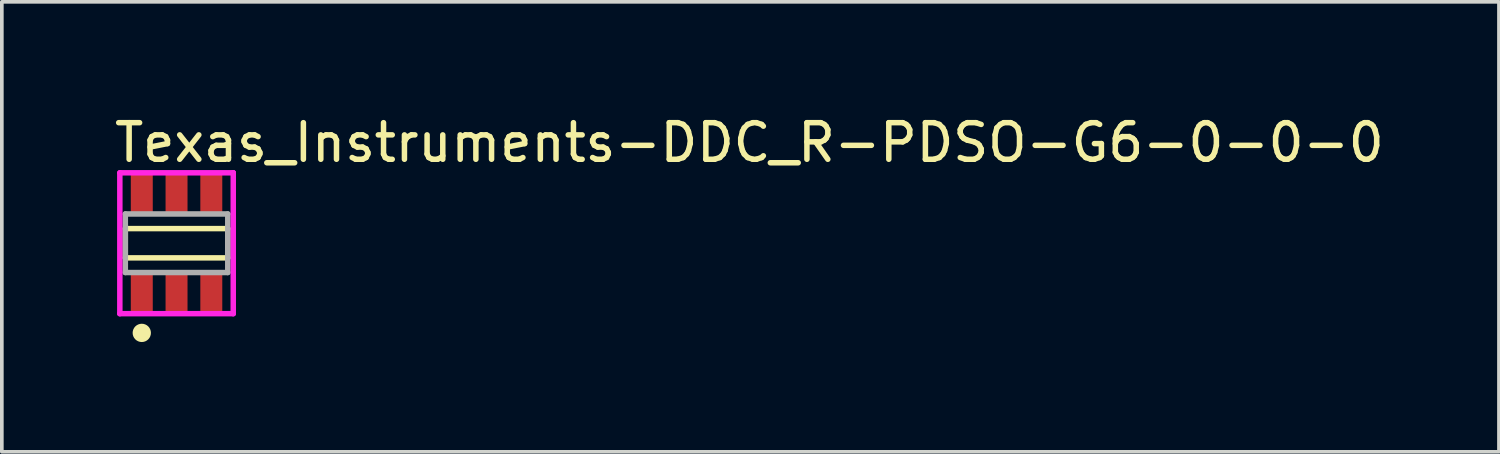
<source format=kicad_pcb>
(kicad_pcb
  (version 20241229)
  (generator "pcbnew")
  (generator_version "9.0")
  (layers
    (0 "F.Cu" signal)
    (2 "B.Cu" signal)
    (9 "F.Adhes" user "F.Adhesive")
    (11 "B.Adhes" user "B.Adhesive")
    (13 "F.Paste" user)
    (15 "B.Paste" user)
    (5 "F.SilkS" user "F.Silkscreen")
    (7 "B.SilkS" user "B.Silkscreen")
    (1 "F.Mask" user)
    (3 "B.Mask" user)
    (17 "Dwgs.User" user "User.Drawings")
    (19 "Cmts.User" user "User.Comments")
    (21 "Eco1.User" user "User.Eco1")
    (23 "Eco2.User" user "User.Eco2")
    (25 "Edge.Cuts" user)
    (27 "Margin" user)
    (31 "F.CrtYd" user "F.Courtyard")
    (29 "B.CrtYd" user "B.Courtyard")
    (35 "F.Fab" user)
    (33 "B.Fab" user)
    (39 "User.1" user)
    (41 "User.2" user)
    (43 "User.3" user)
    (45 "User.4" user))
  (footprint "Texas_Instruments-DDC_R-PDSO-G6-0-0-0"
    (layer "F.Cu")
    (at 1.775 3.598)
    (property "Reference" "Texas_Instruments-DDC_R-PDSO-G6-0-0-0" (at -1.775 -2.75 0) (layer "F.SilkS") (effects (font (size 1 1) (thickness 0.15)) (justify left)))
    (attr through_hole)
    (fp_line (start -1.4 -0.4) (end 1.4 -0.4) (stroke (width 0.15) (type solid)) (layer "F.SilkS"))
    (fp_line (start -1.4 0.4) (end -1.4 -0.4) (stroke (width 0.15) (type solid)) (layer "F.SilkS"))
    (fp_line (start 1.4 -0.4) (end 1.4 0.4) (stroke (width 0.15) (type solid)) (layer "F.SilkS"))
    (fp_line (start 1.4 0.4) (end -1.4 0.4) (stroke (width 0.15) (type solid)) (layer "F.SilkS"))
    (fp_circle (center -0.95 2.45) (end -0.825 2.45) (stroke (width 0.25) (type solid)) (fill no) (layer "F.SilkS"))
    (fp_line (start -1.55 -1.925) (end -1.55 1.925) (stroke (width 0.15) (type solid)) (layer "F.CrtYd"))
    (fp_line (start -1.55 1.925) (end 1.55 1.925) (stroke (width 0.15) (type solid)) (layer "F.CrtYd"))
    (fp_line (start 1.55 -1.925) (end -1.55 -1.925) (stroke (width 0.15) (type solid)) (layer "F.CrtYd"))
    (fp_line (start 1.55 -1.925) (end 1.55 -1.925) (stroke (width 0.15) (type solid)) (layer "F.CrtYd"))
    (fp_line (start 1.55 1.925) (end 1.55 -1.925) (stroke (width 0.15) (type solid)) (layer "F.CrtYd"))
    (fp_line (start -1.4 -0.8) (end 1.4 -0.8) (stroke (width 0.15) (type solid)) (layer "F.Fab"))
    (fp_line (start -1.4 0.8) (end -1.4 -0.8) (stroke (width 0.15) (type solid)) (layer "F.Fab"))
    (fp_line (start 1.4 -0.8) (end 1.4 0.8) (stroke (width 0.15) (type solid)) (layer "F.Fab"))
    (fp_line (start 1.4 0.8) (end -1.4 0.8) (stroke (width 0.15) (type solid)) (layer "F.Fab"))
    (pad "1" smd rect (at -0.95 1.35) (size 0.6 1.1) (layers "F.Cu" "F.Mask" "F.Paste"))
    (pad "2" smd rect (at 0 1.35) (size 0.6 1.1) (layers "F.Cu" "F.Mask" "F.Paste"))
    (pad "3" smd rect (at 0.95 1.35) (size 0.6 1.1) (layers "F.Cu" "F.Mask" "F.Paste"))
    (pad "4" smd rect (at 0.95 -1.35) (size 0.6 1.1) (layers "F.Cu" "F.Mask" "F.Paste"))
    (pad "5" smd rect (at 0 -1.35) (size 0.6 1.1) (layers "F.Cu" "F.Mask" "F.Paste"))
    (pad "6" smd rect (at -0.95 -1.35) (size 0.6 1.1) (layers "F.Cu" "F.Mask" "F.Paste")))
  (gr_rect
    (start -3 -3)
    (end 37.917 9.298)
    (stroke (width 0.1) (type default))
    (fill no)
    (layer "Edge.Cuts")))
</source>
